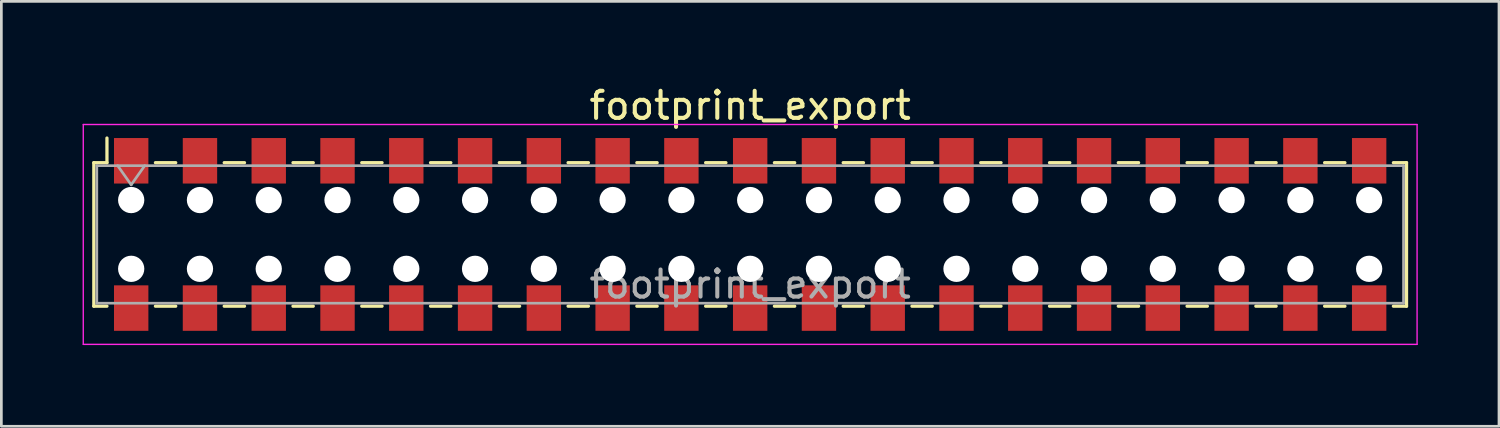
<source format=kicad_pcb>
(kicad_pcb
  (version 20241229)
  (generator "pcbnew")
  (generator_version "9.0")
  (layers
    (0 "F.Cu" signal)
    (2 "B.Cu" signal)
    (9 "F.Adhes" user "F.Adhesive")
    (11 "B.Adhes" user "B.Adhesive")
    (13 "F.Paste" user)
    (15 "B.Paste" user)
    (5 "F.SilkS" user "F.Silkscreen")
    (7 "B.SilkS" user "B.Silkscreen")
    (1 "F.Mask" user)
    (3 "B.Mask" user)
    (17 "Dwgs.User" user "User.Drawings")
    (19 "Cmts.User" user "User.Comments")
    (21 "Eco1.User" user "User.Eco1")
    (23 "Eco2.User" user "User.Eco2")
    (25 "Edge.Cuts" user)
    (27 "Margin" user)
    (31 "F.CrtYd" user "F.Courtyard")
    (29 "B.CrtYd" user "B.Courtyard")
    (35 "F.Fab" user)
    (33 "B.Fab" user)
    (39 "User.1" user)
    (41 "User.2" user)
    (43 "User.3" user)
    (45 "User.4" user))
  (footprint "footprint_export"
    (layer "F.Cu")
    (at 24.655 5.608)
    (property "Reference" "footprint_export" (at 0 -4.76 0) (layer "F.SilkS") (effects (font (size 1 1) (thickness 0.15))))
    (attr smd)
    (fp_line (start -24.24 -2.65) (end -24.24 2.65) (stroke (width 0.12) (type solid)) (layer "F.SilkS"))
    (fp_line (start -24.24 2.65) (end -23.755 2.65) (stroke (width 0.12) (type solid)) (layer "F.SilkS"))
    (fp_line (start -23.755 -3.56) (end -23.755 -2.65) (stroke (width 0.12) (type solid)) (layer "F.SilkS"))
    (fp_line (start -23.755 -2.65) (end -24.24 -2.65) (stroke (width 0.12) (type solid)) (layer "F.SilkS"))
    (fp_line (start -21.965 -2.65) (end -21.215 -2.65) (stroke (width 0.12) (type solid)) (layer "F.SilkS"))
    (fp_line (start -21.965 2.65) (end -21.215 2.65) (stroke (width 0.12) (type solid)) (layer "F.SilkS"))
    (fp_line (start -19.425 -2.65) (end -18.675 -2.65) (stroke (width 0.12) (type solid)) (layer "F.SilkS"))
    (fp_line (start -19.425 2.65) (end -18.675 2.65) (stroke (width 0.12) (type solid)) (layer "F.SilkS"))
    (fp_line (start -16.885 -2.65) (end -16.135 -2.65) (stroke (width 0.12) (type solid)) (layer "F.SilkS"))
    (fp_line (start -16.885 2.65) (end -16.135 2.65) (stroke (width 0.12) (type solid)) (layer "F.SilkS"))
    (fp_line (start -14.345 -2.65) (end -13.595 -2.65) (stroke (width 0.12) (type solid)) (layer "F.SilkS"))
    (fp_line (start -14.345 2.65) (end -13.595 2.65) (stroke (width 0.12) (type solid)) (layer "F.SilkS"))
    (fp_line (start -11.805 -2.65) (end -11.055 -2.65) (stroke (width 0.12) (type solid)) (layer "F.SilkS"))
    (fp_line (start -11.805 2.65) (end -11.055 2.65) (stroke (width 0.12) (type solid)) (layer "F.SilkS"))
    (fp_line (start -9.265 -2.65) (end -8.515 -2.65) (stroke (width 0.12) (type solid)) (layer "F.SilkS"))
    (fp_line (start -9.265 2.65) (end -8.515 2.65) (stroke (width 0.12) (type solid)) (layer "F.SilkS"))
    (fp_line (start -6.725 -2.65) (end -5.975 -2.65) (stroke (width 0.12) (type solid)) (layer "F.SilkS"))
    (fp_line (start -6.725 2.65) (end -5.975 2.65) (stroke (width 0.12) (type solid)) (layer "F.SilkS"))
    (fp_line (start -4.185 -2.65) (end -3.435 -2.65) (stroke (width 0.12) (type solid)) (layer "F.SilkS"))
    (fp_line (start -4.185 2.65) (end -3.435 2.65) (stroke (width 0.12) (type solid)) (layer "F.SilkS"))
    (fp_line (start -1.645 -2.65) (end -0.895 -2.65) (stroke (width 0.12) (type solid)) (layer "F.SilkS"))
    (fp_line (start -1.645 2.65) (end -0.895 2.65) (stroke (width 0.12) (type solid)) (layer "F.SilkS"))
    (fp_line (start 0.895 -2.65) (end 1.645 -2.65) (stroke (width 0.12) (type solid)) (layer "F.SilkS"))
    (fp_line (start 0.895 2.65) (end 1.645 2.65) (stroke (width 0.12) (type solid)) (layer "F.SilkS"))
    (fp_line (start 3.435 -2.65) (end 4.185 -2.65) (stroke (width 0.12) (type solid)) (layer "F.SilkS"))
    (fp_line (start 3.435 2.65) (end 4.185 2.65) (stroke (width 0.12) (type solid)) (layer "F.SilkS"))
    (fp_line (start 5.975 -2.65) (end 6.725 -2.65) (stroke (width 0.12) (type solid)) (layer "F.SilkS"))
    (fp_line (start 5.975 2.65) (end 6.725 2.65) (stroke (width 0.12) (type solid)) (layer "F.SilkS"))
    (fp_line (start 8.515 -2.65) (end 9.265 -2.65) (stroke (width 0.12) (type solid)) (layer "F.SilkS"))
    (fp_line (start 8.515 2.65) (end 9.265 2.65) (stroke (width 0.12) (type solid)) (layer "F.SilkS"))
    (fp_line (start 11.055 -2.65) (end 11.805 -2.65) (stroke (width 0.12) (type solid)) (layer "F.SilkS"))
    (fp_line (start 11.055 2.65) (end 11.805 2.65) (stroke (width 0.12) (type solid)) (layer "F.SilkS"))
    (fp_line (start 13.595 -2.65) (end 14.345 -2.65) (stroke (width 0.12) (type solid)) (layer "F.SilkS"))
    (fp_line (start 13.595 2.65) (end 14.345 2.65) (stroke (width 0.12) (type solid)) (layer "F.SilkS"))
    (fp_line (start 16.135 -2.65) (end 16.885 -2.65) (stroke (width 0.12) (type solid)) (layer "F.SilkS"))
    (fp_line (start 16.135 2.65) (end 16.885 2.65) (stroke (width 0.12) (type solid)) (layer "F.SilkS"))
    (fp_line (start 18.675 -2.65) (end 19.425 -2.65) (stroke (width 0.12) (type solid)) (layer "F.SilkS"))
    (fp_line (start 18.675 2.65) (end 19.425 2.65) (stroke (width 0.12) (type solid)) (layer "F.SilkS"))
    (fp_line (start 21.215 -2.65) (end 21.965 -2.65) (stroke (width 0.12) (type solid)) (layer "F.SilkS"))
    (fp_line (start 21.215 2.65) (end 21.965 2.65) (stroke (width 0.12) (type solid)) (layer "F.SilkS"))
    (fp_line (start 23.755 -2.65) (end 24.24 -2.65) (stroke (width 0.12) (type solid)) (layer "F.SilkS"))
    (fp_line (start 24.24 -2.65) (end 24.24 2.65) (stroke (width 0.12) (type solid)) (layer "F.SilkS"))
    (fp_line (start 24.24 2.65) (end 23.755 2.65) (stroke (width 0.12) (type solid)) (layer "F.SilkS"))
    (fp_line (start -24.63 -4.06) (end 24.63 -4.06) (stroke (width 0.05) (type solid)) (layer "F.CrtYd"))
    (fp_line (start -24.63 4.06) (end -24.63 -4.06) (stroke (width 0.05) (type solid)) (layer "F.CrtYd"))
    (fp_line (start 24.63 -4.06) (end 24.63 4.06) (stroke (width 0.05) (type solid)) (layer "F.CrtYd"))
    (fp_line (start 24.63 4.06) (end -24.63 4.06) (stroke (width 0.05) (type solid)) (layer "F.CrtYd"))
    (fp_line (start -24.13 -2.54) (end 24.13 -2.54) (stroke (width 0.1) (type solid)) (layer "F.Fab"))
    (fp_line (start -24.13 2.54) (end -24.13 -2.54) (stroke (width 0.1) (type solid)) (layer "F.Fab"))
    (fp_line (start -23.36 -2.54) (end -22.86 -1.833) (stroke (width 0.1) (type solid)) (layer "F.Fab"))
    (fp_line (start -22.86 -1.833) (end -22.36 -2.54) (stroke (width 0.1) (type solid)) (layer "F.Fab"))
    (fp_line (start 24.13 -2.54) (end 24.13 2.54) (stroke (width 0.1) (type solid)) (layer "F.Fab"))
    (fp_line (start 24.13 2.54) (end -24.13 2.54) (stroke (width 0.1) (type solid)) (layer "F.Fab"))
    (fp_text user "${REFERENCE}" (at 0 1.84 0) (layer "F.Fab") (effects (font (size 1 1) (thickness 0.15))))
    (pad "" np_thru_hole circle (at -22.86 -1.27) (size 0.97 0.97) (drill 0.97) (layers "*.Cu" "*.Mask"))
    (pad "" np_thru_hole circle (at -22.86 1.27) (size 0.97 0.97) (drill 0.97) (layers "*.Cu" "*.Mask"))
    (pad "" np_thru_hole circle (at -20.32 -1.27) (size 0.97 0.97) (drill 0.97) (layers "*.Cu" "*.Mask"))
    (pad "" np_thru_hole circle (at -20.32 1.27) (size 0.97 0.97) (drill 0.97) (layers "*.Cu" "*.Mask"))
    (pad "" np_thru_hole circle (at -17.78 -1.27) (size 0.97 0.97) (drill 0.97) (layers "*.Cu" "*.Mask"))
    (pad "" np_thru_hole circle (at -17.78 1.27) (size 0.97 0.97) (drill 0.97) (layers "*.Cu" "*.Mask"))
    (pad "" np_thru_hole circle (at -15.24 -1.27) (size 0.97 0.97) (drill 0.97) (layers "*.Cu" "*.Mask"))
    (pad "" np_thru_hole circle (at -15.24 1.27) (size 0.97 0.97) (drill 0.97) (layers "*.Cu" "*.Mask"))
    (pad "" np_thru_hole circle (at -12.7 -1.27) (size 0.97 0.97) (drill 0.97) (layers "*.Cu" "*.Mask"))
    (pad "" np_thru_hole circle (at -12.7 1.27) (size 0.97 0.97) (drill 0.97) (layers "*.Cu" "*.Mask"))
    (pad "" np_thru_hole circle (at -10.16 -1.27) (size 0.97 0.97) (drill 0.97) (layers "*.Cu" "*.Mask"))
    (pad "" np_thru_hole circle (at -10.16 1.27) (size 0.97 0.97) (drill 0.97) (layers "*.Cu" "*.Mask"))
    (pad "" np_thru_hole circle (at -7.62 -1.27) (size 0.97 0.97) (drill 0.97) (layers "*.Cu" "*.Mask"))
    (pad "" np_thru_hole circle (at -7.62 1.27) (size 0.97 0.97) (drill 0.97) (layers "*.Cu" "*.Mask"))
    (pad "" np_thru_hole circle (at -5.08 -1.27) (size 0.97 0.97) (drill 0.97) (layers "*.Cu" "*.Mask"))
    (pad "" np_thru_hole circle (at -5.08 1.27) (size 0.97 0.97) (drill 0.97) (layers "*.Cu" "*.Mask"))
    (pad "" np_thru_hole circle (at -2.54 -1.27) (size 0.97 0.97) (drill 0.97) (layers "*.Cu" "*.Mask"))
    (pad "" np_thru_hole circle (at -2.54 1.27) (size 0.97 0.97) (drill 0.97) (layers "*.Cu" "*.Mask"))
    (pad "" np_thru_hole circle (at 0 -1.27) (size 0.97 0.97) (drill 0.97) (layers "*.Cu" "*.Mask"))
    (pad "" np_thru_hole circle (at 0 1.27) (size 0.97 0.97) (drill 0.97) (layers "*.Cu" "*.Mask"))
    (pad "" np_thru_hole circle (at 2.54 -1.27) (size 0.97 0.97) (drill 0.97) (layers "*.Cu" "*.Mask"))
    (pad "" np_thru_hole circle (at 2.54 1.27) (size 0.97 0.97) (drill 0.97) (layers "*.Cu" "*.Mask"))
    (pad "" np_thru_hole circle (at 5.08 -1.27) (size 0.97 0.97) (drill 0.97) (layers "*.Cu" "*.Mask"))
    (pad "" np_thru_hole circle (at 5.08 1.27) (size 0.97 0.97) (drill 0.97) (layers "*.Cu" "*.Mask"))
    (pad "" np_thru_hole circle (at 7.62 -1.27) (size 0.97 0.97) (drill 0.97) (layers "*.Cu" "*.Mask"))
    (pad "" np_thru_hole circle (at 7.62 1.27) (size 0.97 0.97) (drill 0.97) (layers "*.Cu" "*.Mask"))
    (pad "" np_thru_hole circle (at 10.16 -1.27) (size 0.97 0.97) (drill 0.97) (layers "*.Cu" "*.Mask"))
    (pad "" np_thru_hole circle (at 10.16 1.27) (size 0.97 0.97) (drill 0.97) (layers "*.Cu" "*.Mask"))
    (pad "" np_thru_hole circle (at 12.7 -1.27) (size 0.97 0.97) (drill 0.97) (layers "*.Cu" "*.Mask"))
    (pad "" np_thru_hole circle (at 12.7 1.27) (size 0.97 0.97) (drill 0.97) (layers "*.Cu" "*.Mask"))
    (pad "" np_thru_hole circle (at 15.24 -1.27) (size 0.97 0.97) (drill 0.97) (layers "*.Cu" "*.Mask"))
    (pad "" np_thru_hole circle (at 15.24 1.27) (size 0.97 0.97) (drill 0.97) (layers "*.Cu" "*.Mask"))
    (pad "" np_thru_hole circle (at 17.78 -1.27) (size 0.97 0.97) (drill 0.97) (layers "*.Cu" "*.Mask"))
    (pad "" np_thru_hole circle (at 17.78 1.27) (size 0.97 0.97) (drill 0.97) (layers "*.Cu" "*.Mask"))
    (pad "" np_thru_hole circle (at 20.32 -1.27) (size 0.97 0.97) (drill 0.97) (layers "*.Cu" "*.Mask"))
    (pad "" np_thru_hole circle (at 20.32 1.27) (size 0.97 0.97) (drill 0.97) (layers "*.Cu" "*.Mask"))
    (pad "" np_thru_hole circle (at 22.86 -1.27) (size 0.97 0.97) (drill 0.97) (layers "*.Cu" "*.Mask"))
    (pad "" np_thru_hole circle (at 22.86 1.27) (size 0.97 0.97) (drill 0.97) (layers "*.Cu" "*.Mask"))
    (pad "1" smd rect (at -22.86 -2.72) (size 1.27 1.68) (layers "F.Cu" "F.Mask" "F.Paste"))
    (pad "2" smd rect (at -22.86 2.72) (size 1.27 1.68) (layers "F.Cu" "F.Mask" "F.Paste"))
    (pad "3" smd rect (at -20.32 -2.72) (size 1.27 1.68) (layers "F.Cu" "F.Mask" "F.Paste"))
    (pad "4" smd rect (at -20.32 2.72) (size 1.27 1.68) (layers "F.Cu" "F.Mask" "F.Paste"))
    (pad "5" smd rect (at -17.78 -2.72) (size 1.27 1.68) (layers "F.Cu" "F.Mask" "F.Paste"))
    (pad "6" smd rect (at -17.78 2.72) (size 1.27 1.68) (layers "F.Cu" "F.Mask" "F.Paste"))
    (pad "7" smd rect (at -15.24 -2.72) (size 1.27 1.68) (layers "F.Cu" "F.Mask" "F.Paste"))
    (pad "8" smd rect (at -15.24 2.72) (size 1.27 1.68) (layers "F.Cu" "F.Mask" "F.Paste"))
    (pad "9" smd rect (at -12.7 -2.72) (size 1.27 1.68) (layers "F.Cu" "F.Mask" "F.Paste"))
    (pad "10" smd rect (at -12.7 2.72) (size 1.27 1.68) (layers "F.Cu" "F.Mask" "F.Paste"))
    (pad "11" smd rect (at -10.16 -2.72) (size 1.27 1.68) (layers "F.Cu" "F.Mask" "F.Paste"))
    (pad "12" smd rect (at -10.16 2.72) (size 1.27 1.68) (layers "F.Cu" "F.Mask" "F.Paste"))
    (pad "13" smd rect (at -7.62 -2.72) (size 1.27 1.68) (layers "F.Cu" "F.Mask" "F.Paste"))
    (pad "14" smd rect (at -7.62 2.72) (size 1.27 1.68) (layers "F.Cu" "F.Mask" "F.Paste"))
    (pad "15" smd rect (at -5.08 -2.72) (size 1.27 1.68) (layers "F.Cu" "F.Mask" "F.Paste"))
    (pad "16" smd rect (at -5.08 2.72) (size 1.27 1.68) (layers "F.Cu" "F.Mask" "F.Paste"))
    (pad "17" smd rect (at -2.54 -2.72) (size 1.27 1.68) (layers "F.Cu" "F.Mask" "F.Paste"))
    (pad "18" smd rect (at -2.54 2.72) (size 1.27 1.68) (layers "F.Cu" "F.Mask" "F.Paste"))
    (pad "19" smd rect (at 0 -2.72) (size 1.27 1.68) (layers "F.Cu" "F.Mask" "F.Paste"))
    (pad "20" smd rect (at 0 2.72) (size 1.27 1.68) (layers "F.Cu" "F.Mask" "F.Paste"))
    (pad "21" smd rect (at 2.54 -2.72) (size 1.27 1.68) (layers "F.Cu" "F.Mask" "F.Paste"))
    (pad "22" smd rect (at 2.54 2.72) (size 1.27 1.68) (layers "F.Cu" "F.Mask" "F.Paste"))
    (pad "23" smd rect (at 5.08 -2.72) (size 1.27 1.68) (layers "F.Cu" "F.Mask" "F.Paste"))
    (pad "24" smd rect (at 5.08 2.72) (size 1.27 1.68) (layers "F.Cu" "F.Mask" "F.Paste"))
    (pad "25" smd rect (at 7.62 -2.72) (size 1.27 1.68) (layers "F.Cu" "F.Mask" "F.Paste"))
    (pad "26" smd rect (at 7.62 2.72) (size 1.27 1.68) (layers "F.Cu" "F.Mask" "F.Paste"))
    (pad "27" smd rect (at 10.16 -2.72) (size 1.27 1.68) (layers "F.Cu" "F.Mask" "F.Paste"))
    (pad "28" smd rect (at 10.16 2.72) (size 1.27 1.68) (layers "F.Cu" "F.Mask" "F.Paste"))
    (pad "29" smd rect (at 12.7 -2.72) (size 1.27 1.68) (layers "F.Cu" "F.Mask" "F.Paste"))
    (pad "30" smd rect (at 12.7 2.72) (size 1.27 1.68) (layers "F.Cu" "F.Mask" "F.Paste"))
    (pad "31" smd rect (at 15.24 -2.72) (size 1.27 1.68) (layers "F.Cu" "F.Mask" "F.Paste"))
    (pad "32" smd rect (at 15.24 2.72) (size 1.27 1.68) (layers "F.Cu" "F.Mask" "F.Paste"))
    (pad "33" smd rect (at 17.78 -2.72) (size 1.27 1.68) (layers "F.Cu" "F.Mask" "F.Paste"))
    (pad "34" smd rect (at 17.78 2.72) (size 1.27 1.68) (layers "F.Cu" "F.Mask" "F.Paste"))
    (pad "35" smd rect (at 20.32 -2.72) (size 1.27 1.68) (layers "F.Cu" "F.Mask" "F.Paste"))
    (pad "36" smd rect (at 20.32 2.72) (size 1.27 1.68) (layers "F.Cu" "F.Mask" "F.Paste"))
    (pad "37" smd rect (at 22.86 -2.72) (size 1.27 1.68) (layers "F.Cu" "F.Mask" "F.Paste"))
    (pad "38" smd rect (at 22.86 2.72) (size 1.27 1.68) (layers "F.Cu" "F.Mask" "F.Paste")))
  (gr_rect
    (start -3 -3)
    (end 52.31 12.693)
    (stroke (width 0.1) (type default))
    (fill no)
    (layer "Edge.Cuts")))
</source>
